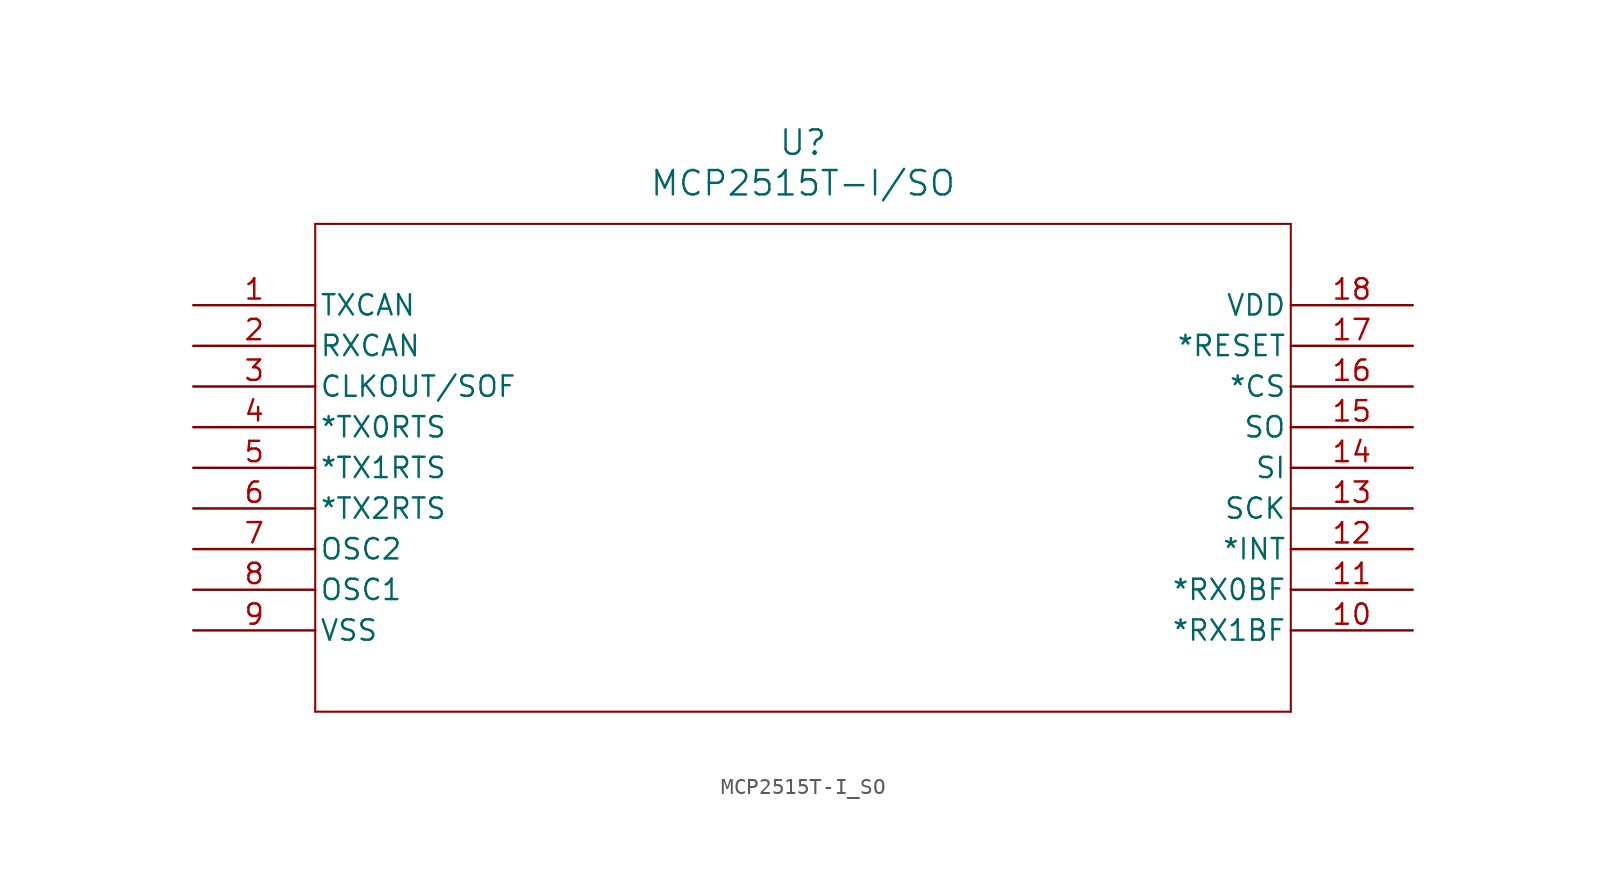
<source format=kicad_sym>
(kicad_symbol_lib
  (version 20211014)
  (generator kicad_symbol_editor)
  (symbol "MCP2515T-I_SO"
    (pin_names
      (offset 0.254))
    (property "Reference" "U"
      (at 38.1 10.16 0)
      (effects (font (size 1.524 1.524))))
    (property "Value" "MCP2515T-I/SO"
      (at 38.1 7.62 0)
      (effects (font (size 1.524 1.524))))
    (symbol "MCP2515T-I_SO_0_1"
      (polyline (pts (xy 7.62 5.08) (xy 7.62 -25.4)) (stroke (width 0.127) (type default) (color 0 0 0 0)) (fill (type none)))
      (polyline (pts (xy 7.62 -25.4) (xy 68.58 -25.4)) (stroke (width 0.127) (type default) (color 0 0 0 0)) (fill (type none)))
      (polyline (pts (xy 68.58 -25.4) (xy 68.58 5.08)) (stroke (width 0.127) (type default) (color 0 0 0 0)) (fill (type none)))
      (polyline (pts (xy 68.58 5.08) (xy 7.62 5.08)) (stroke (width 0.127) (type default) (color 0 0 0 0)) (fill (type none)))
      (pin unspecified line (at 0 0 0) (length 7.62) (name "TXCAN" (effects (font (size 1.27 1.27)))) (number "1" (effects (font (size 1.27 1.27)))))
      (pin unspecified line (at 0 -2.54 0) (length 7.62) (name "RXCAN" (effects (font (size 1.27 1.27)))) (number "2" (effects (font (size 1.27 1.27)))))
      (pin unspecified line (at 0 -5.08 0) (length 7.62) (name "CLKOUT/SOF" (effects (font (size 1.27 1.27)))) (number "3" (effects (font (size 1.27 1.27)))))
      (pin unspecified line (at 0 -7.62 0) (length 7.62) (name "*TX0RTS" (effects (font (size 1.27 1.27)))) (number "4" (effects (font (size 1.27 1.27)))))
      (pin unspecified line (at 0 -10.16 0) (length 7.62) (name "*TX1RTS" (effects (font (size 1.27 1.27)))) (number "5" (effects (font (size 1.27 1.27)))))
      (pin unspecified line (at 0 -12.7 0) (length 7.62) (name "*TX2RTS" (effects (font (size 1.27 1.27)))) (number "6" (effects (font (size 1.27 1.27)))))
      (pin unspecified line (at 0 -15.24 0) (length 7.62) (name "OSC2" (effects (font (size 1.27 1.27)))) (number "7" (effects (font (size 1.27 1.27)))))
      (pin unspecified line (at 0 -17.78 0) (length 7.62) (name "OSC1" (effects (font (size 1.27 1.27)))) (number "8" (effects (font (size 1.27 1.27)))))
      (pin unspecified line (at 0 -20.32 0) (length 7.62) (name "VSS" (effects (font (size 1.27 1.27)))) (number "9" (effects (font (size 1.27 1.27)))))
      (pin unspecified line (at 76.2 -20.32 180) (length 7.62) (name "*RX1BF" (effects (font (size 1.27 1.27)))) (number "10" (effects (font (size 1.27 1.27)))))
      (pin unspecified line (at 76.2 -17.78 180) (length 7.62) (name "*RX0BF" (effects (font (size 1.27 1.27)))) (number "11" (effects (font (size 1.27 1.27)))))
      (pin unspecified line (at 76.2 -15.24 180) (length 7.62) (name "*INT" (effects (font (size 1.27 1.27)))) (number "12" (effects (font (size 1.27 1.27)))))
      (pin unspecified line (at 76.2 -12.7 180) (length 7.62) (name "SCK" (effects (font (size 1.27 1.27)))) (number "13" (effects (font (size 1.27 1.27)))))
      (pin unspecified line (at 76.2 -10.16 180) (length 7.62) (name "SI" (effects (font (size 1.27 1.27)))) (number "14" (effects (font (size 1.27 1.27)))))
      (pin unspecified line (at 76.2 -7.62 180) (length 7.62) (name "SO" (effects (font (size 1.27 1.27)))) (number "15" (effects (font (size 1.27 1.27)))))
      (pin unspecified line (at 76.2 -5.08 180) (length 7.62) (name "*CS" (effects (font (size 1.27 1.27)))) (number "16" (effects (font (size 1.27 1.27)))))
      (pin unspecified line (at 76.2 -2.54 180) (length 7.62) (name "*RESET" (effects (font (size 1.27 1.27)))) (number "17" (effects (font (size 1.27 1.27)))))
      (pin unspecified line (at 76.2 0 180) (length 7.62) (name "VDD" (effects (font (size 1.27 1.27)))) (number "18" (effects (font (size 1.27 1.27))))))))
</source>
